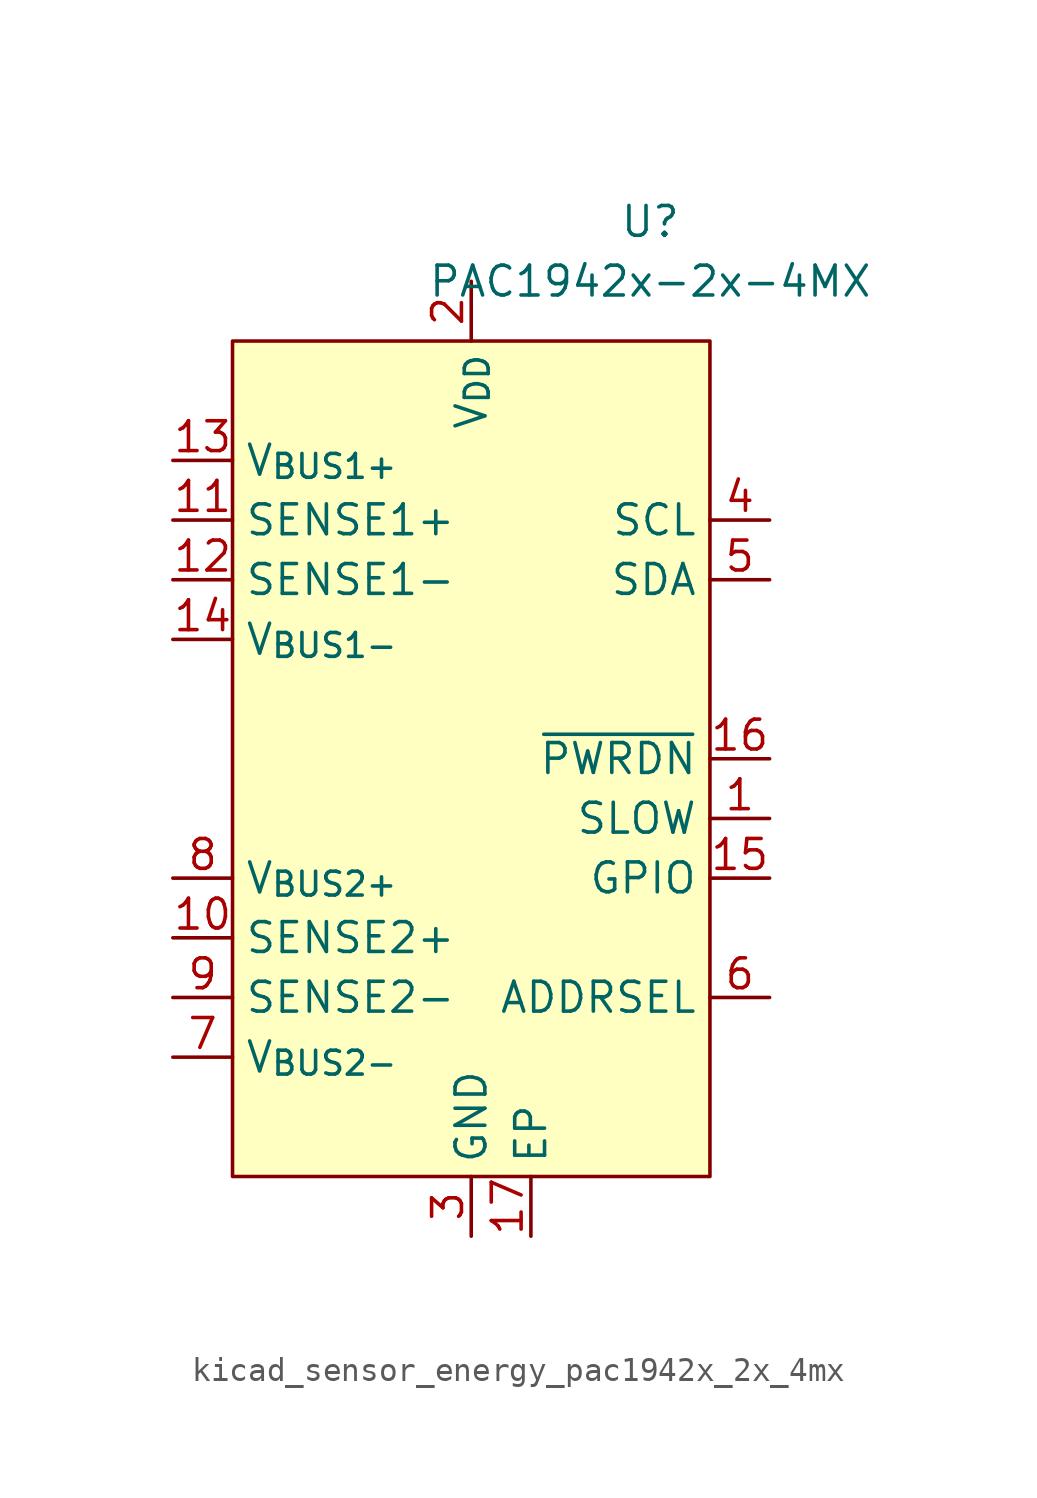
<source format=kicad_sym>
(kicad_symbol_lib
  (version 20220914)
  (generator kicad_symbol_editor)
  (symbol "kicad_sensor_energy_pac1942x_2x_4mx"
    (property "Reference" "U"
      (at 7.62 22.86 0)
      (effects (font (size 1.27 1.27))))
    (property "Value" "PAC1942x-2x-4MX"
      (at 7.62 20.32 0)
      (effects (font (size 1.27 1.27))))
    (symbol "kicad_sensor_energy_pac1942x_2x_4mx_0_0"
      (pin input line (at 12.7 -2.54 180) (length 2.54) (name "SLOW" (effects (font (size 1.27 1.27)))) (number "1" (effects (font (size 1.27 1.27)))) (alternate "GPIO" bidirectional line) (alternate "~{ALERT1}" open_collector line))
      (pin input line (at -12.7 -7.62 0) (length 2.54) (name "SENSE2+" (effects (font (size 1.27 1.27)))) (number "10" (effects (font (size 1.27 1.27)))))
      (pin input line (at -12.7 10.16 0) (length 2.54) (name "SENSE1+" (effects (font (size 1.27 1.27)))) (number "11" (effects (font (size 1.27 1.27)))))
      (pin input line (at -12.7 7.62 0) (length 2.54) (name "SENSE1-" (effects (font (size 1.27 1.27)))) (number "12" (effects (font (size 1.27 1.27)))))
      (pin input line (at -12.7 12.7 0) (length 2.54) (name "V_{BUS1+}" (effects (font (size 1.27 1.27)))) (number "13" (effects (font (size 1.27 1.27)))))
      (pin input line (at -12.7 5.08 0) (length 2.54) (name "V_{BUS1-}" (effects (font (size 1.27 1.27)))) (number "14" (effects (font (size 1.27 1.27)))))
      (pin bidirectional line (at 12.7 -5.08 180) (length 2.54) (name "GPIO" (effects (font (size 1.27 1.27)))) (number "15" (effects (font (size 1.27 1.27)))) (alternate "~{ALERT2}" open_collector line))
      (pin input line (at 12.7 0 180) (length 2.54) (name "~{PWRDN}" (effects (font (size 1.27 1.27)))) (number "16" (effects (font (size 1.27 1.27)))))
      (pin passive line (at 2.54 -20.32 90) (length 2.54) (name "EP" (effects (font (size 1.27 1.27)))) (number "17" (effects (font (size 1.27 1.27)))))
      (pin power_in line (at 0 20.32 270) (length 2.54) (name "V_{DD}" (effects (font (size 1.27 1.27)))) (number "2" (effects (font (size 1.27 1.27)))))
      (pin power_in line (at 0 -20.32 90) (length 2.54) (name "GND" (effects (font (size 1.27 1.27)))) (number "3" (effects (font (size 1.27 1.27)))))
      (pin input line (at 12.7 10.16 180) (length 2.54) (name "SCL" (effects (font (size 1.27 1.27)))) (number "4" (effects (font (size 1.27 1.27)))) (alternate "SM_CLK" input line))
      (pin bidirectional line (at 12.7 7.62 180) (length 2.54) (name "SDA" (effects (font (size 1.27 1.27)))) (number "5" (effects (font (size 1.27 1.27)))) (alternate "SM_DATA" bidirectional line))
      (pin passive line (at 12.7 -10.16 180) (length 2.54) (name "ADDRSEL" (effects (font (size 1.27 1.27)))) (number "6" (effects (font (size 1.27 1.27)))))
      (pin input line (at -12.7 -12.7 0) (length 2.54) (name "V_{BUS2-}" (effects (font (size 1.27 1.27)))) (number "7" (effects (font (size 1.27 1.27)))))
      (pin input line (at -12.7 -5.08 0) (length 2.54) (name "V_{BUS2+}" (effects (font (size 1.27 1.27)))) (number "8" (effects (font (size 1.27 1.27)))))
      (pin input line (at -12.7 -10.16 0) (length 2.54) (name "SENSE2-" (effects (font (size 1.27 1.27)))) (number "9" (effects (font (size 1.27 1.27))))))
    (symbol "kicad_sensor_energy_pac1942x_2x_4mx_0_1"
      (rectangle (start -10.16 17.78) (end 10.16 -17.78) (stroke (width 0) (type default)) (fill (type background))))))
</source>
